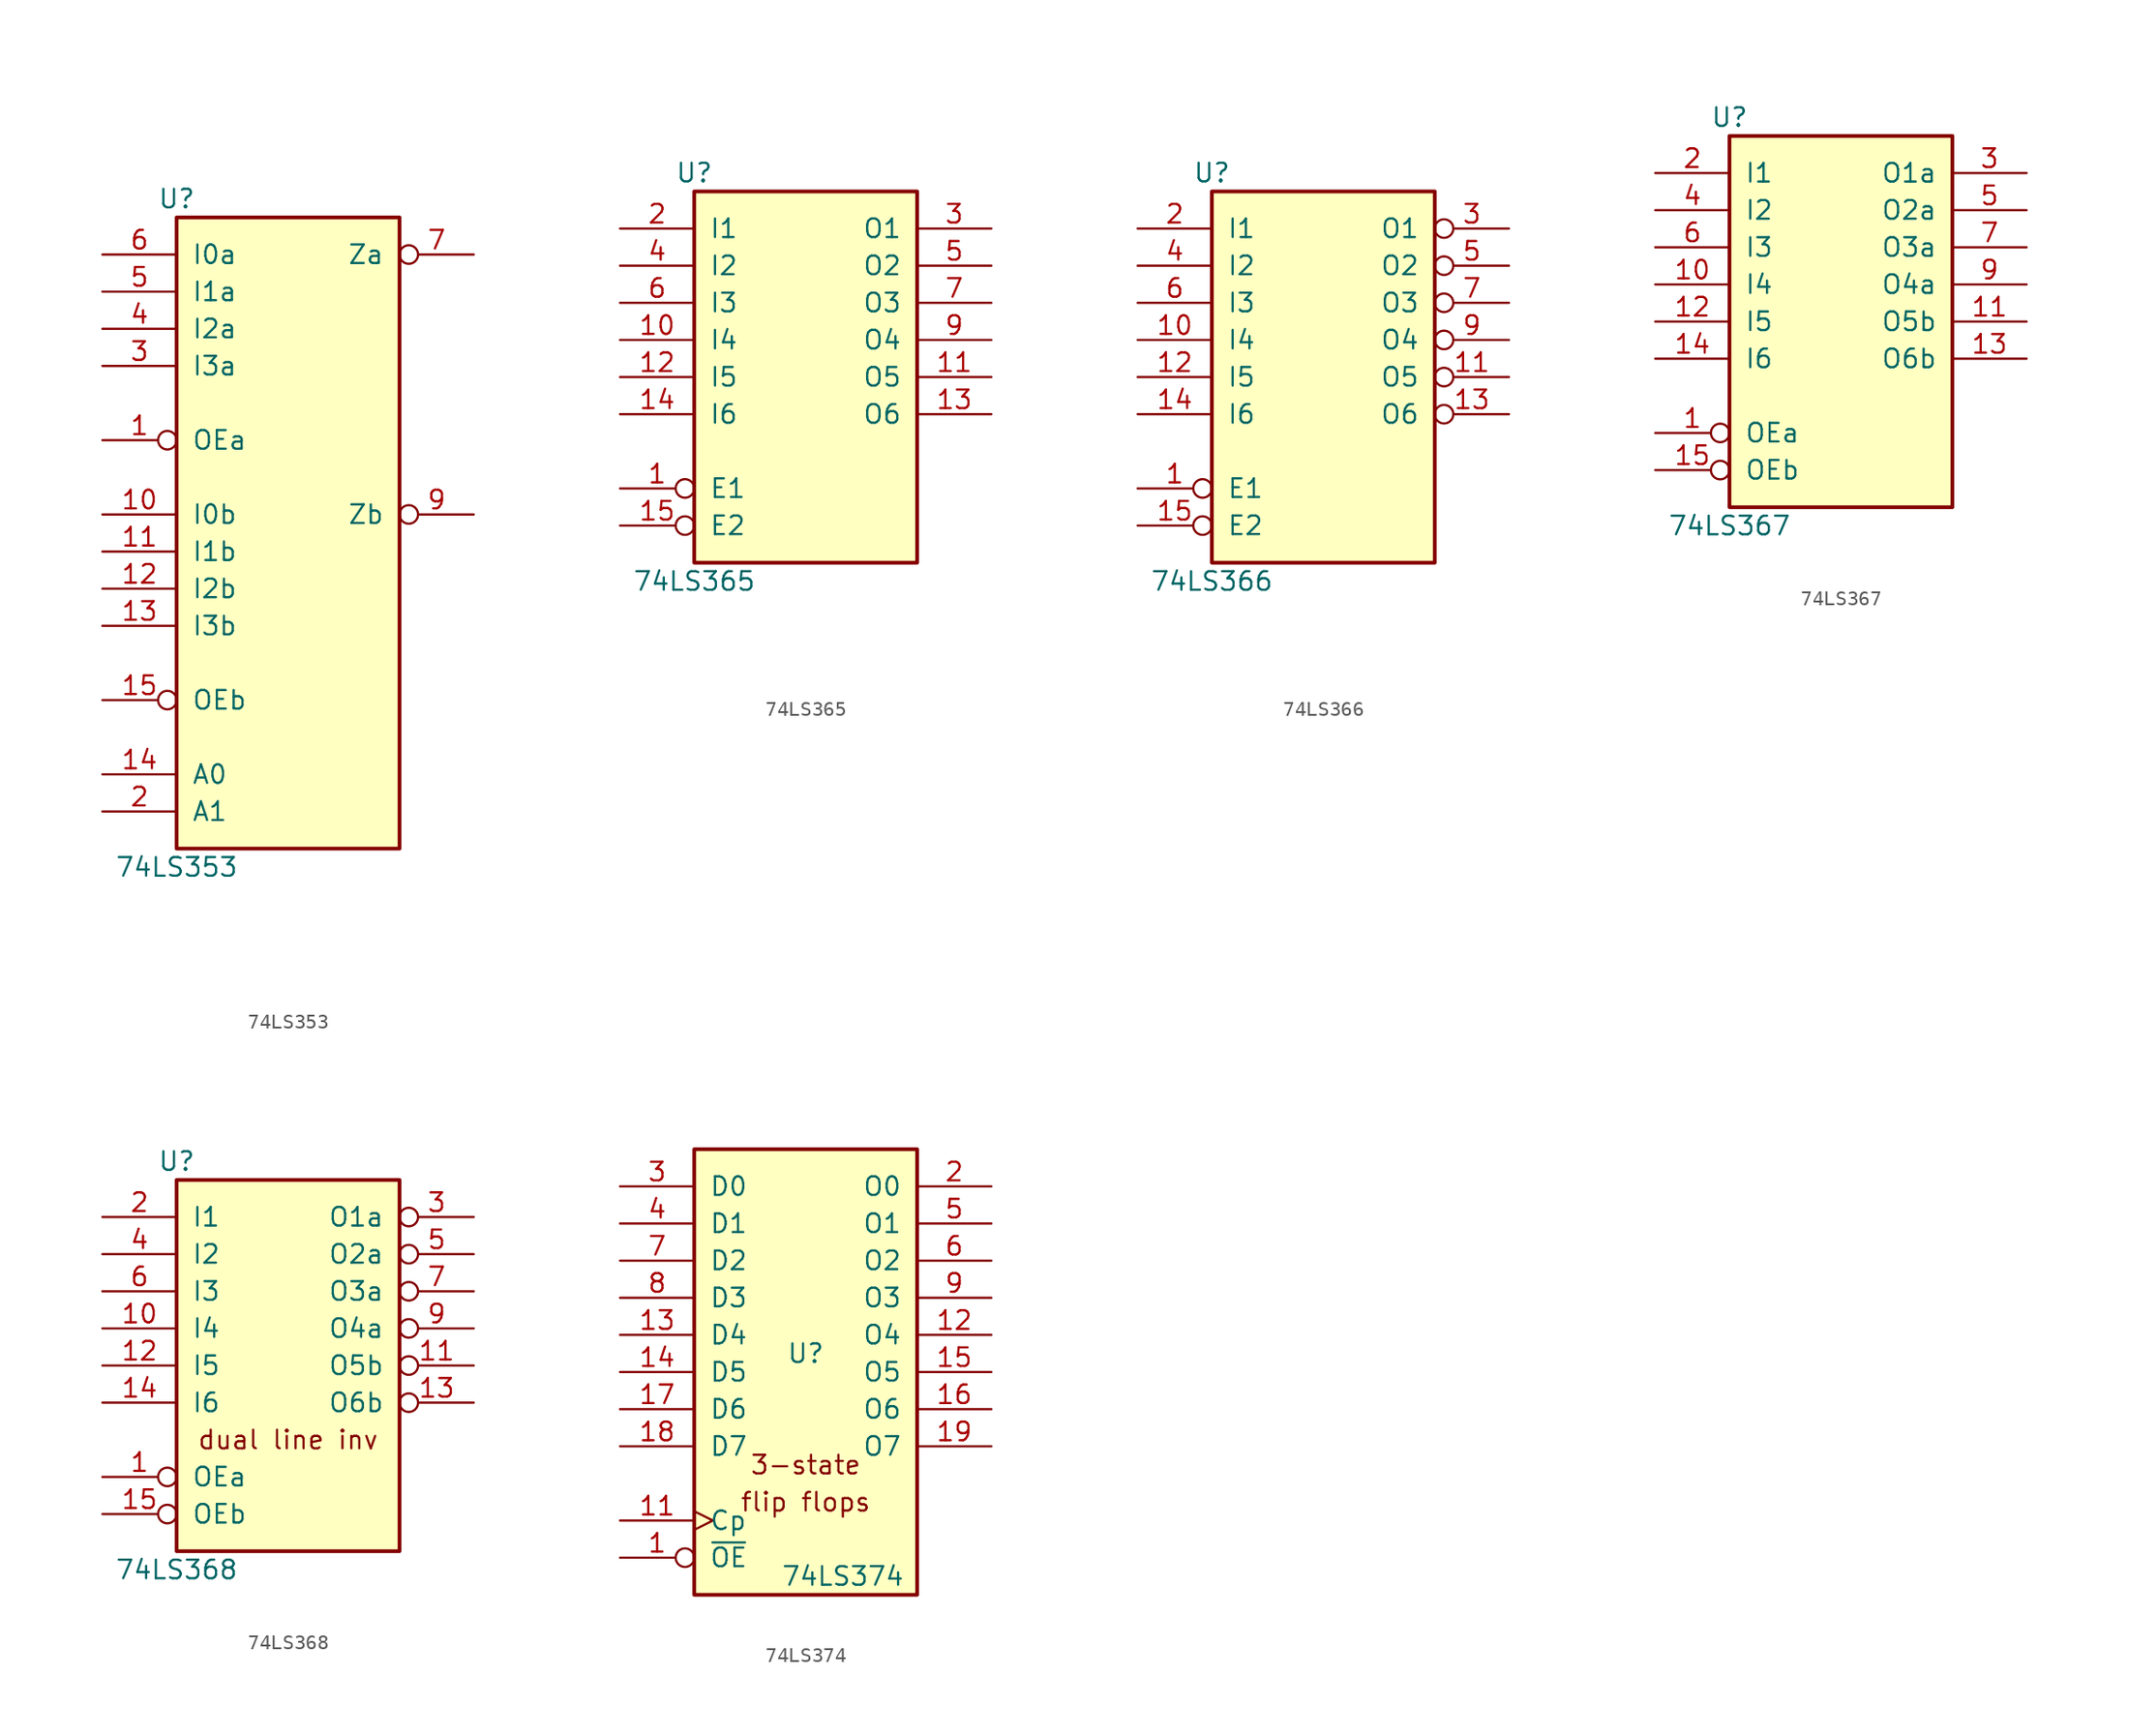
<source format=kicad_sym>
(kicad_symbol_lib
  (version 20211014)
  (generator kicad_symbol_editor)
  (symbol "74LS353"
    (pin_names
      (offset 1.016))
    (property "Reference" "U"
      (at -7.62 21.59 0)
      (effects (font (size 1.27 1.27))))
    (property "Value" "74LS353"
      (at -7.62 -24.13 0)
      (effects (font (size 1.27 1.27))))
    (property "ki_locked" ""
      (at 0 0 0)
      (effects (font (size 1.27 1.27))))
    (symbol "74LS353_1_0"
      (pin input inverted (at -12.7 5.08 0) (length 5.08) (name "OEa" (effects (font (size 1.27 1.27)))) (number "1" (effects (font (size 1.27 1.27)))))
      (pin input line (at -12.7 0 0) (length 5.08) (name "I0b" (effects (font (size 1.27 1.27)))) (number "10" (effects (font (size 1.27 1.27)))))
      (pin input line (at -12.7 -2.54 0) (length 5.08) (name "I1b" (effects (font (size 1.27 1.27)))) (number "11" (effects (font (size 1.27 1.27)))))
      (pin input line (at -12.7 -5.08 0) (length 5.08) (name "I2b" (effects (font (size 1.27 1.27)))) (number "12" (effects (font (size 1.27 1.27)))))
      (pin input line (at -12.7 -7.62 0) (length 5.08) (name "I3b" (effects (font (size 1.27 1.27)))) (number "13" (effects (font (size 1.27 1.27)))))
      (pin input line (at -12.7 -17.78 0) (length 5.08) (name "A0" (effects (font (size 1.27 1.27)))) (number "14" (effects (font (size 1.27 1.27)))))
      (pin input inverted (at -12.7 -12.7 0) (length 5.08) (name "OEb" (effects (font (size 1.27 1.27)))) (number "15" (effects (font (size 1.27 1.27)))))
      (pin input line (at 0 25.4 270) (length 5.08) hide (name "VCC" (effects (font (size 1.27 1.27)))) (number "16" (effects (font (size 1.27 1.27)))))
      (pin input line (at -12.7 -20.32 0) (length 5.08) (name "A1" (effects (font (size 1.27 1.27)))) (number "2" (effects (font (size 1.27 1.27)))))
      (pin input line (at -12.7 10.16 0) (length 5.08) (name "I3a" (effects (font (size 1.27 1.27)))) (number "3" (effects (font (size 1.27 1.27)))))
      (pin input line (at -12.7 12.7 0) (length 5.08) (name "I2a" (effects (font (size 1.27 1.27)))) (number "4" (effects (font (size 1.27 1.27)))))
      (pin input line (at -12.7 15.24 0) (length 5.08) (name "I1a" (effects (font (size 1.27 1.27)))) (number "5" (effects (font (size 1.27 1.27)))))
      (pin input line (at -12.7 17.78 0) (length 5.08) (name "I0a" (effects (font (size 1.27 1.27)))) (number "6" (effects (font (size 1.27 1.27)))))
      (pin tri_state inverted (at 12.7 17.78 180) (length 5.08) (name "Za" (effects (font (size 1.27 1.27)))) (number "7" (effects (font (size 1.27 1.27)))))
      (pin input line (at 0 -27.94 90) (length 5.08) hide (name "GND" (effects (font (size 1.27 1.27)))) (number "8" (effects (font (size 1.27 1.27)))))
      (pin tri_state inverted (at 12.7 0 180) (length 5.08) (name "Zb" (effects (font (size 1.27 1.27)))) (number "9" (effects (font (size 1.27 1.27))))))
    (symbol "74LS353_1_1"
      (rectangle (start -7.62 20.32) (end 7.62 -22.86) (stroke (width 0.254) (type default) (color 0 0 0 0)) (fill (type background)))))
  (symbol "74LS365"
    (pin_names
      (offset 1.016))
    (property "Reference" "U"
      (at -7.62 13.97 0)
      (effects (font (size 1.27 1.27))))
    (property "Value" "74LS365"
      (at -7.62 -13.97 0)
      (effects (font (size 1.27 1.27))))
    (property "ki_locked" ""
      (at 0 0 0)
      (effects (font (size 1.27 1.27))))
    (symbol "74LS365_1_0"
      (pin input inverted (at -12.7 -7.62 0) (length 5.08) (name "E1" (effects (font (size 1.27 1.27)))) (number "1" (effects (font (size 1.27 1.27)))))
      (pin input line (at -12.7 2.54 0) (length 5.08) (name "I4" (effects (font (size 1.27 1.27)))) (number "10" (effects (font (size 1.27 1.27)))))
      (pin tri_state line (at 12.7 0 180) (length 5.08) (name "O5" (effects (font (size 1.27 1.27)))) (number "11" (effects (font (size 1.27 1.27)))))
      (pin input line (at -12.7 0 0) (length 5.08) (name "I5" (effects (font (size 1.27 1.27)))) (number "12" (effects (font (size 1.27 1.27)))))
      (pin tri_state line (at 12.7 -2.54 180) (length 5.08) (name "O6" (effects (font (size 1.27 1.27)))) (number "13" (effects (font (size 1.27 1.27)))))
      (pin input line (at -12.7 -2.54 0) (length 5.08) (name "I6" (effects (font (size 1.27 1.27)))) (number "14" (effects (font (size 1.27 1.27)))))
      (pin input inverted (at -12.7 -10.16 0) (length 5.08) (name "E2" (effects (font (size 1.27 1.27)))) (number "15" (effects (font (size 1.27 1.27)))))
      (pin input line (at 0 17.78 270) (length 5.08) hide (name "VCC" (effects (font (size 1.27 1.27)))) (number "16" (effects (font (size 1.27 1.27)))))
      (pin input line (at -12.7 10.16 0) (length 5.08) (name "I1" (effects (font (size 1.27 1.27)))) (number "2" (effects (font (size 1.27 1.27)))))
      (pin tri_state line (at 12.7 10.16 180) (length 5.08) (name "O1" (effects (font (size 1.27 1.27)))) (number "3" (effects (font (size 1.27 1.27)))))
      (pin input line (at -12.7 7.62 0) (length 5.08) (name "I2" (effects (font (size 1.27 1.27)))) (number "4" (effects (font (size 1.27 1.27)))))
      (pin tri_state line (at 12.7 7.62 180) (length 5.08) (name "O2" (effects (font (size 1.27 1.27)))) (number "5" (effects (font (size 1.27 1.27)))))
      (pin input line (at -12.7 5.08 0) (length 5.08) (name "I3" (effects (font (size 1.27 1.27)))) (number "6" (effects (font (size 1.27 1.27)))))
      (pin tri_state line (at 12.7 5.08 180) (length 5.08) (name "O3" (effects (font (size 1.27 1.27)))) (number "7" (effects (font (size 1.27 1.27)))))
      (pin input line (at 0 -17.78 90) (length 5.08) hide (name "GND" (effects (font (size 1.27 1.27)))) (number "8" (effects (font (size 1.27 1.27)))))
      (pin tri_state line (at 12.7 2.54 180) (length 5.08) (name "O4" (effects (font (size 1.27 1.27)))) (number "9" (effects (font (size 1.27 1.27))))))
    (symbol "74LS365_1_1"
      (rectangle (start -7.62 12.7) (end 7.62 -12.7) (stroke (width 0.254) (type default) (color 0 0 0 0)) (fill (type background)))))
  (symbol "74LS366"
    (pin_names
      (offset 1.016))
    (property "Reference" "U"
      (at -7.62 13.97 0)
      (effects (font (size 1.27 1.27))))
    (property "Value" "74LS366"
      (at -7.62 -13.97 0)
      (effects (font (size 1.27 1.27))))
    (property "ki_locked" ""
      (at 0 0 0)
      (effects (font (size 1.27 1.27))))
    (symbol "74LS366_1_0"
      (pin input inverted (at -12.7 -7.62 0) (length 5.08) (name "E1" (effects (font (size 1.27 1.27)))) (number "1" (effects (font (size 1.27 1.27)))))
      (pin input line (at -12.7 2.54 0) (length 5.08) (name "I4" (effects (font (size 1.27 1.27)))) (number "10" (effects (font (size 1.27 1.27)))))
      (pin tri_state inverted (at 12.7 0 180) (length 5.08) (name "O5" (effects (font (size 1.27 1.27)))) (number "11" (effects (font (size 1.27 1.27)))))
      (pin input line (at -12.7 0 0) (length 5.08) (name "I5" (effects (font (size 1.27 1.27)))) (number "12" (effects (font (size 1.27 1.27)))))
      (pin tri_state inverted (at 12.7 -2.54 180) (length 5.08) (name "O6" (effects (font (size 1.27 1.27)))) (number "13" (effects (font (size 1.27 1.27)))))
      (pin input line (at -12.7 -2.54 0) (length 5.08) (name "I6" (effects (font (size 1.27 1.27)))) (number "14" (effects (font (size 1.27 1.27)))))
      (pin input inverted (at -12.7 -10.16 0) (length 5.08) (name "E2" (effects (font (size 1.27 1.27)))) (number "15" (effects (font (size 1.27 1.27)))))
      (pin input line (at 0 17.78 270) (length 5.08) hide (name "VCC" (effects (font (size 1.27 1.27)))) (number "16" (effects (font (size 1.27 1.27)))))
      (pin input line (at -12.7 10.16 0) (length 5.08) (name "I1" (effects (font (size 1.27 1.27)))) (number "2" (effects (font (size 1.27 1.27)))))
      (pin tri_state inverted (at 12.7 10.16 180) (length 5.08) (name "O1" (effects (font (size 1.27 1.27)))) (number "3" (effects (font (size 1.27 1.27)))))
      (pin input line (at -12.7 7.62 0) (length 5.08) (name "I2" (effects (font (size 1.27 1.27)))) (number "4" (effects (font (size 1.27 1.27)))))
      (pin tri_state inverted (at 12.7 7.62 180) (length 5.08) (name "O2" (effects (font (size 1.27 1.27)))) (number "5" (effects (font (size 1.27 1.27)))))
      (pin input line (at -12.7 5.08 0) (length 5.08) (name "I3" (effects (font (size 1.27 1.27)))) (number "6" (effects (font (size 1.27 1.27)))))
      (pin tri_state inverted (at 12.7 5.08 180) (length 5.08) (name "O3" (effects (font (size 1.27 1.27)))) (number "7" (effects (font (size 1.27 1.27)))))
      (pin input line (at 0 -17.78 90) (length 5.08) hide (name "GND" (effects (font (size 1.27 1.27)))) (number "8" (effects (font (size 1.27 1.27)))))
      (pin tri_state inverted (at 12.7 2.54 180) (length 5.08) (name "O4" (effects (font (size 1.27 1.27)))) (number "9" (effects (font (size 1.27 1.27))))))
    (symbol "74LS366_1_1"
      (rectangle (start -7.62 12.7) (end 7.62 -12.7) (stroke (width 0.254) (type default) (color 0 0 0 0)) (fill (type background)))))
  (symbol "74LS367"
    (pin_names
      (offset 1.016))
    (property "Reference" "U"
      (at -7.62 13.97 0)
      (effects (font (size 1.27 1.27))))
    (property "Value" "74LS367"
      (at -7.62 -13.97 0)
      (effects (font (size 1.27 1.27))))
    (property "ki_locked" ""
      (at 0 0 0)
      (effects (font (size 1.27 1.27))))
    (symbol "74LS367_1_0"
      (pin input inverted (at -12.7 -7.62 0) (length 5.08) (name "OEa" (effects (font (size 1.27 1.27)))) (number "1" (effects (font (size 1.27 1.27)))))
      (pin input line (at -12.7 2.54 0) (length 5.08) (name "I4" (effects (font (size 1.27 1.27)))) (number "10" (effects (font (size 1.27 1.27)))))
      (pin tri_state line (at 12.7 0 180) (length 5.08) (name "O5b" (effects (font (size 1.27 1.27)))) (number "11" (effects (font (size 1.27 1.27)))))
      (pin input line (at -12.7 0 0) (length 5.08) (name "I5" (effects (font (size 1.27 1.27)))) (number "12" (effects (font (size 1.27 1.27)))))
      (pin tri_state line (at 12.7 -2.54 180) (length 5.08) (name "O6b" (effects (font (size 1.27 1.27)))) (number "13" (effects (font (size 1.27 1.27)))))
      (pin input line (at -12.7 -2.54 0) (length 5.08) (name "I6" (effects (font (size 1.27 1.27)))) (number "14" (effects (font (size 1.27 1.27)))))
      (pin input inverted (at -12.7 -10.16 0) (length 5.08) (name "OEb" (effects (font (size 1.27 1.27)))) (number "15" (effects (font (size 1.27 1.27)))))
      (pin input line (at -12.7 10.16 0) (length 5.08) (name "I1" (effects (font (size 1.27 1.27)))) (number "2" (effects (font (size 1.27 1.27)))))
      (pin tri_state line (at 12.7 10.16 180) (length 5.08) (name "O1a" (effects (font (size 1.27 1.27)))) (number "3" (effects (font (size 1.27 1.27)))))
      (pin input line (at -12.7 7.62 0) (length 5.08) (name "I2" (effects (font (size 1.27 1.27)))) (number "4" (effects (font (size 1.27 1.27)))))
      (pin tri_state line (at 12.7 7.62 180) (length 5.08) (name "O2a" (effects (font (size 1.27 1.27)))) (number "5" (effects (font (size 1.27 1.27)))))
      (pin input line (at -12.7 5.08 0) (length 5.08) (name "I3" (effects (font (size 1.27 1.27)))) (number "6" (effects (font (size 1.27 1.27)))))
      (pin tri_state line (at 12.7 5.08 180) (length 5.08) (name "O3a" (effects (font (size 1.27 1.27)))) (number "7" (effects (font (size 1.27 1.27)))))
      (pin tri_state line (at 12.7 2.54 180) (length 5.08) (name "O4a" (effects (font (size 1.27 1.27)))) (number "9" (effects (font (size 1.27 1.27))))))
    (symbol "74LS367_1_1"
      (rectangle (start -7.62 12.7) (end 7.62 -12.7) (stroke (width 0.254) (type default) (color 0 0 0 0)) (fill (type background)))))
  (symbol "74LS368"
    (pin_names
      (offset 1.016))
    (property "Reference" "U"
      (at -7.62 13.97 0)
      (effects (font (size 1.27 1.27))))
    (property "Value" "74LS368"
      (at -7.62 -13.97 0)
      (effects (font (size 1.27 1.27))))
    (property "ki_locked" ""
      (at 0 0 0)
      (effects (font (size 1.27 1.27))))
    (symbol "74LS368_0_0"
      (text "dual line inv" (at 0 -5.08 0) (effects (font (size 1.27 1.27)))))
    (symbol "74LS368_1_0"
      (pin input inverted (at -12.7 -7.62 0) (length 5.08) (name "OEa" (effects (font (size 1.27 1.27)))) (number "1" (effects (font (size 1.27 1.27)))))
      (pin input line (at -12.7 2.54 0) (length 5.08) (name "I4" (effects (font (size 1.27 1.27)))) (number "10" (effects (font (size 1.27 1.27)))))
      (pin tri_state inverted (at 12.7 0 180) (length 5.08) (name "O5b" (effects (font (size 1.27 1.27)))) (number "11" (effects (font (size 1.27 1.27)))))
      (pin input line (at -12.7 0 0) (length 5.08) (name "I5" (effects (font (size 1.27 1.27)))) (number "12" (effects (font (size 1.27 1.27)))))
      (pin tri_state inverted (at 12.7 -2.54 180) (length 5.08) (name "O6b" (effects (font (size 1.27 1.27)))) (number "13" (effects (font (size 1.27 1.27)))))
      (pin input line (at -12.7 -2.54 0) (length 5.08) (name "I6" (effects (font (size 1.27 1.27)))) (number "14" (effects (font (size 1.27 1.27)))))
      (pin input inverted (at -12.7 -10.16 0) (length 5.08) (name "OEb" (effects (font (size 1.27 1.27)))) (number "15" (effects (font (size 1.27 1.27)))))
      (pin input line (at -12.7 10.16 0) (length 5.08) (name "I1" (effects (font (size 1.27 1.27)))) (number "2" (effects (font (size 1.27 1.27)))))
      (pin tri_state inverted (at 12.7 10.16 180) (length 5.08) (name "O1a" (effects (font (size 1.27 1.27)))) (number "3" (effects (font (size 1.27 1.27)))))
      (pin input line (at -12.7 7.62 0) (length 5.08) (name "I2" (effects (font (size 1.27 1.27)))) (number "4" (effects (font (size 1.27 1.27)))))
      (pin tri_state inverted (at 12.7 7.62 180) (length 5.08) (name "O2a" (effects (font (size 1.27 1.27)))) (number "5" (effects (font (size 1.27 1.27)))))
      (pin input line (at -12.7 5.08 0) (length 5.08) (name "I3" (effects (font (size 1.27 1.27)))) (number "6" (effects (font (size 1.27 1.27)))))
      (pin tri_state inverted (at 12.7 5.08 180) (length 5.08) (name "O3a" (effects (font (size 1.27 1.27)))) (number "7" (effects (font (size 1.27 1.27)))))
      (pin tri_state inverted (at 12.7 2.54 180) (length 5.08) (name "O4a" (effects (font (size 1.27 1.27)))) (number "9" (effects (font (size 1.27 1.27))))))
    (symbol "74LS368_1_1"
      (rectangle (start -7.62 12.7) (end 7.62 -12.7) (stroke (width 0.254) (type default) (color 0 0 0 0)) (fill (type background)))))
  (symbol "74LS374"
    (pin_names
      (offset 1.016))
    (property "Reference" "U"
      (at 0 1.27 0)
      (effects (font (size 1.27 1.27))))
    (property "Value" "74LS374"
      (at 2.54 -13.97 0)
      (effects (font (size 1.27 1.27))))
    (property "ki_locked" ""
      (at 0 0 0)
      (effects (font (size 1.27 1.27))))
    (symbol "74LS374_0_0"
      (text "3-state" (at 0 -6.35 0) (effects (font (size 1.27 1.27))))
      (text "flip flops" (at 0 -8.89 0) (effects (font (size 1.27 1.27)))))
    (symbol "74LS374_1_0"
      (pin input inverted (at -12.7 -12.7 0) (length 5.08) (name "~{OE}" (effects (font (size 1.27 1.27)))) (number "1" (effects (font (size 1.27 1.27)))))
      (pin input clock (at -12.7 -10.16 0) (length 5.08) (name "Cp" (effects (font (size 1.27 1.27)))) (number "11" (effects (font (size 1.27 1.27)))))
      (pin tri_state line (at 12.7 2.54 180) (length 5.08) (name "O4" (effects (font (size 1.27 1.27)))) (number "12" (effects (font (size 1.27 1.27)))))
      (pin input line (at -12.7 2.54 0) (length 5.08) (name "D4" (effects (font (size 1.27 1.27)))) (number "13" (effects (font (size 1.27 1.27)))))
      (pin input line (at -12.7 0 0) (length 5.08) (name "D5" (effects (font (size 1.27 1.27)))) (number "14" (effects (font (size 1.27 1.27)))))
      (pin tri_state line (at 12.7 0 180) (length 5.08) (name "O5" (effects (font (size 1.27 1.27)))) (number "15" (effects (font (size 1.27 1.27)))))
      (pin tri_state line (at 12.7 -2.54 180) (length 5.08) (name "O6" (effects (font (size 1.27 1.27)))) (number "16" (effects (font (size 1.27 1.27)))))
      (pin input line (at -12.7 -2.54 0) (length 5.08) (name "D6" (effects (font (size 1.27 1.27)))) (number "17" (effects (font (size 1.27 1.27)))))
      (pin input line (at -12.7 -5.08 0) (length 5.08) (name "D7" (effects (font (size 1.27 1.27)))) (number "18" (effects (font (size 1.27 1.27)))))
      (pin tri_state line (at 12.7 -5.08 180) (length 5.08) (name "O7" (effects (font (size 1.27 1.27)))) (number "19" (effects (font (size 1.27 1.27)))))
      (pin tri_state line (at 12.7 12.7 180) (length 5.08) (name "O0" (effects (font (size 1.27 1.27)))) (number "2" (effects (font (size 1.27 1.27)))))
      (pin input line (at -12.7 12.7 0) (length 5.08) (name "D0" (effects (font (size 1.27 1.27)))) (number "3" (effects (font (size 1.27 1.27)))))
      (pin input line (at -12.7 10.16 0) (length 5.08) (name "D1" (effects (font (size 1.27 1.27)))) (number "4" (effects (font (size 1.27 1.27)))))
      (pin tri_state line (at 12.7 10.16 180) (length 5.08) (name "O1" (effects (font (size 1.27 1.27)))) (number "5" (effects (font (size 1.27 1.27)))))
      (pin tri_state line (at 12.7 7.62 180) (length 5.08) (name "O2" (effects (font (size 1.27 1.27)))) (number "6" (effects (font (size 1.27 1.27)))))
      (pin input line (at -12.7 7.62 0) (length 5.08) (name "D2" (effects (font (size 1.27 1.27)))) (number "7" (effects (font (size 1.27 1.27)))))
      (pin input line (at -12.7 5.08 0) (length 5.08) (name "D3" (effects (font (size 1.27 1.27)))) (number "8" (effects (font (size 1.27 1.27)))))
      (pin tri_state line (at 12.7 5.08 180) (length 5.08) (name "O3" (effects (font (size 1.27 1.27)))) (number "9" (effects (font (size 1.27 1.27))))))
    (symbol "74LS374_1_1"
      (rectangle (start -7.62 15.24) (end 7.62 -15.24) (stroke (width 0.254) (type default) (color 0 0 0 0)) (fill (type background))))))
</source>
